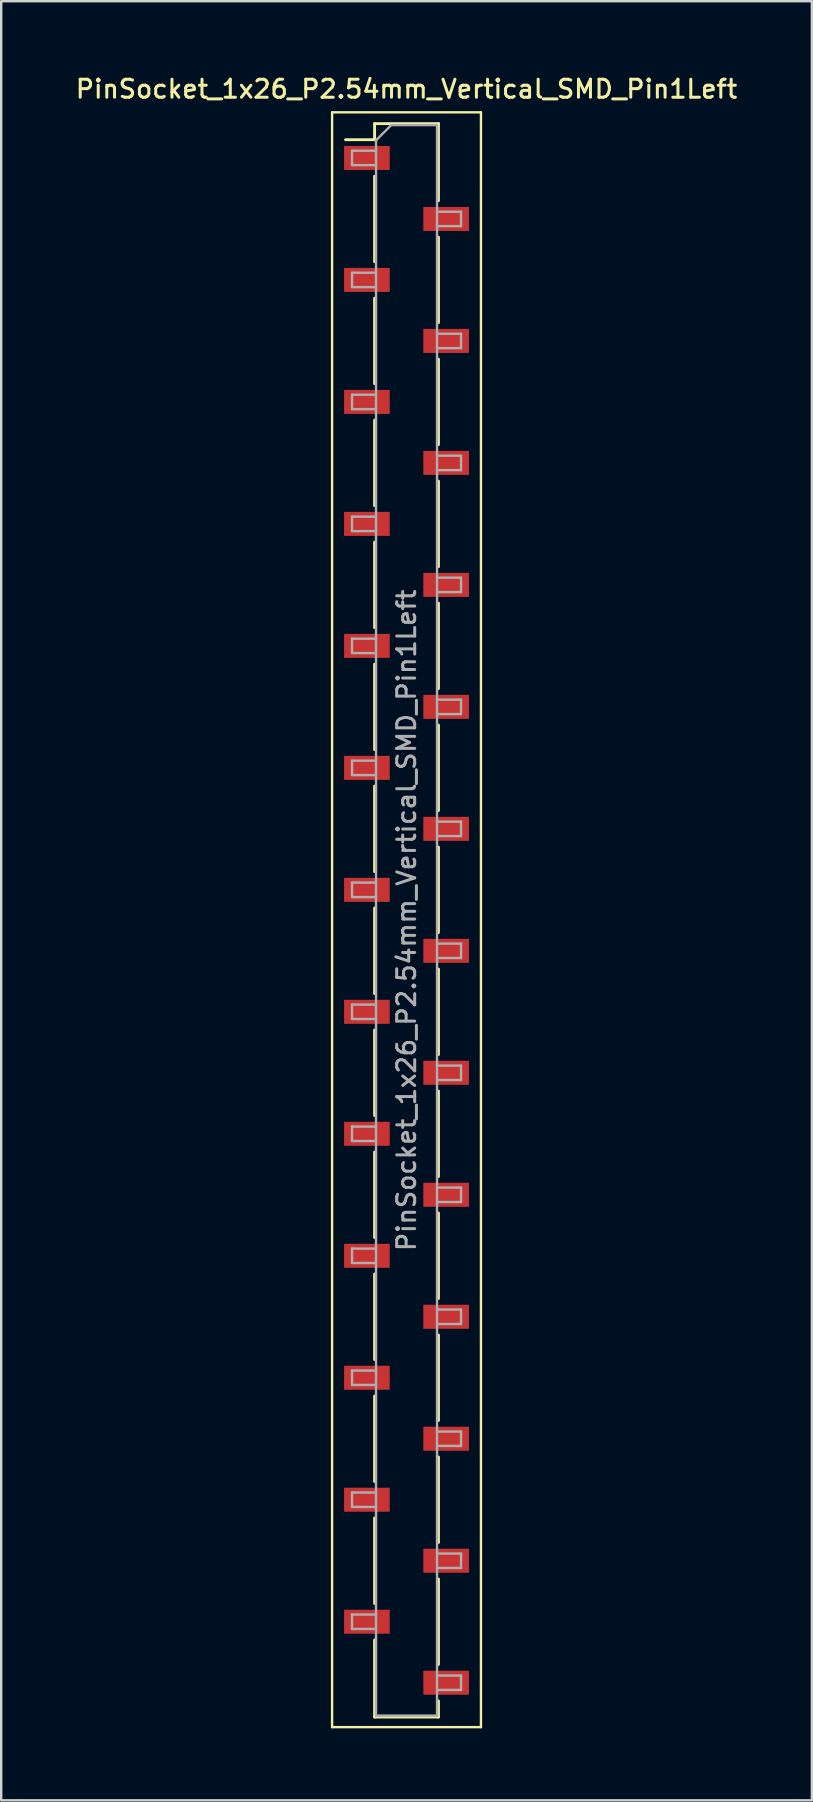
<source format=kicad_pcb>
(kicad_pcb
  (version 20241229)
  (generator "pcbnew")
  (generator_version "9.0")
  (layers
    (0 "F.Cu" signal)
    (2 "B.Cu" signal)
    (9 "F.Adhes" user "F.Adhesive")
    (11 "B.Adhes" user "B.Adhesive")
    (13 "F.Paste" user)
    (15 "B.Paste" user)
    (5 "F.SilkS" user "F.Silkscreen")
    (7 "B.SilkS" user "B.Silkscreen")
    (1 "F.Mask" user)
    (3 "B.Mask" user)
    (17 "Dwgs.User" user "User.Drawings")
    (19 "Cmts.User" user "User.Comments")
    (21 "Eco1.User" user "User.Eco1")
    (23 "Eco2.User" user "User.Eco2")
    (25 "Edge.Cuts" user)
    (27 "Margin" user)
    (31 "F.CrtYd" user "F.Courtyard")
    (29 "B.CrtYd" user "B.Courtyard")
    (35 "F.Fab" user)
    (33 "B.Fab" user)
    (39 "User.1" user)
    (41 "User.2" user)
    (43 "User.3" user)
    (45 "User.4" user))
  (footprint "PinSocket_1x26_P2.54mm_Vertical_SMD_Pin1Left"
    (layer "F.Cu")
    (at 13.88 35.278)
    (property "Reference" "PinSocket_1x26_P2.54mm_Vertical_SMD_Pin1Left" (at 0 -34.62 0) (layer "F.SilkS") (effects (font (size 0.75 0.75) (thickness 0.125))))
    (attr smd)
    (fp_line (start -3.1 -33.65) (end 3.1 -33.65) (stroke (width 0.1) (type solid)) (layer "F.SilkS"))
    (fp_line (start -3.1 33.6) (end -3.1 -33.65) (stroke (width 0.1) (type solid)) (layer "F.SilkS"))
    (fp_line (start -2.54 -32.51) (end -1.33 -32.51) (stroke (width 0.12) (type solid)) (layer "F.SilkS"))
    (fp_line (start -1.33 -33.18) (end -1.33 -32.51) (stroke (width 0.12) (type solid)) (layer "F.SilkS"))
    (fp_line (start -1.33 -33.18) (end 1.33 -33.18) (stroke (width 0.12) (type solid)) (layer "F.SilkS"))
    (fp_line (start -1.33 -30.99) (end -1.33 -27.43) (stroke (width 0.12) (type solid)) (layer "F.SilkS"))
    (fp_line (start -1.33 -25.91) (end -1.33 -22.35) (stroke (width 0.12) (type solid)) (layer "F.SilkS"))
    (fp_line (start -1.33 -20.83) (end -1.33 -17.27) (stroke (width 0.12) (type solid)) (layer "F.SilkS"))
    (fp_line (start -1.33 -15.75) (end -1.33 -12.19) (stroke (width 0.12) (type solid)) (layer "F.SilkS"))
    (fp_line (start -1.33 -10.67) (end -1.33 -7.11) (stroke (width 0.12) (type solid)) (layer "F.SilkS"))
    (fp_line (start -1.33 -5.59) (end -1.33 -2.03) (stroke (width 0.12) (type solid)) (layer "F.SilkS"))
    (fp_line (start -1.33 -0.51) (end -1.33 3.05) (stroke (width 0.12) (type solid)) (layer "F.SilkS"))
    (fp_line (start -1.33 4.57) (end -1.33 8.13) (stroke (width 0.12) (type solid)) (layer "F.SilkS"))
    (fp_line (start -1.33 9.65) (end -1.33 13.21) (stroke (width 0.12) (type solid)) (layer "F.SilkS"))
    (fp_line (start -1.33 14.73) (end -1.33 18.29) (stroke (width 0.12) (type solid)) (layer "F.SilkS"))
    (fp_line (start -1.33 19.81) (end -1.33 23.37) (stroke (width 0.12) (type solid)) (layer "F.SilkS"))
    (fp_line (start -1.33 24.89) (end -1.33 28.45) (stroke (width 0.12) (type solid)) (layer "F.SilkS"))
    (fp_line (start -1.33 29.97) (end -1.33 33.18) (stroke (width 0.12) (type solid)) (layer "F.SilkS"))
    (fp_line (start -1.33 33.18) (end 1.33 33.18) (stroke (width 0.12) (type solid)) (layer "F.SilkS"))
    (fp_line (start 1.33 -33.18) (end 1.33 -29.97) (stroke (width 0.12) (type solid)) (layer "F.SilkS"))
    (fp_line (start 1.33 -28.45) (end 1.33 -24.89) (stroke (width 0.12) (type solid)) (layer "F.SilkS"))
    (fp_line (start 1.33 -23.37) (end 1.33 -19.81) (stroke (width 0.12) (type solid)) (layer "F.SilkS"))
    (fp_line (start 1.33 -18.29) (end 1.33 -14.73) (stroke (width 0.12) (type solid)) (layer "F.SilkS"))
    (fp_line (start 1.33 -13.21) (end 1.33 -9.65) (stroke (width 0.12) (type solid)) (layer "F.SilkS"))
    (fp_line (start 1.33 -8.13) (end 1.33 -4.57) (stroke (width 0.12) (type solid)) (layer "F.SilkS"))
    (fp_line (start 1.33 -3.05) (end 1.33 0.51) (stroke (width 0.12) (type solid)) (layer "F.SilkS"))
    (fp_line (start 1.33 2.03) (end 1.33 5.59) (stroke (width 0.12) (type solid)) (layer "F.SilkS"))
    (fp_line (start 1.33 7.11) (end 1.33 10.67) (stroke (width 0.12) (type solid)) (layer "F.SilkS"))
    (fp_line (start 1.33 12.19) (end 1.33 15.75) (stroke (width 0.12) (type solid)) (layer "F.SilkS"))
    (fp_line (start 1.33 17.27) (end 1.33 20.83) (stroke (width 0.12) (type solid)) (layer "F.SilkS"))
    (fp_line (start 1.33 22.35) (end 1.33 25.91) (stroke (width 0.12) (type solid)) (layer "F.SilkS"))
    (fp_line (start 1.33 27.43) (end 1.33 30.99) (stroke (width 0.12) (type solid)) (layer "F.SilkS"))
    (fp_line (start 1.33 32.51) (end 1.33 33.18) (stroke (width 0.12) (type solid)) (layer "F.SilkS"))
    (fp_line (start 3.1 -33.65) (end 3.1 33.6) (stroke (width 0.1) (type solid)) (layer "F.SilkS"))
    (fp_line (start 3.1 33.6) (end -3.1 33.6) (stroke (width 0.1) (type solid)) (layer "F.SilkS"))
    (fp_line (start -2.27 -32.05) (end -1.27 -32.05) (stroke (width 0.1) (type solid)) (layer "F.Fab"))
    (fp_line (start -2.27 -31.45) (end -2.27 -32.05) (stroke (width 0.1) (type solid)) (layer "F.Fab"))
    (fp_line (start -2.27 -26.97) (end -1.27 -26.97) (stroke (width 0.1) (type solid)) (layer "F.Fab"))
    (fp_line (start -2.27 -26.37) (end -2.27 -26.97) (stroke (width 0.1) (type solid)) (layer "F.Fab"))
    (fp_line (start -2.27 -21.89) (end -1.27 -21.89) (stroke (width 0.1) (type solid)) (layer "F.Fab"))
    (fp_line (start -2.27 -21.29) (end -2.27 -21.89) (stroke (width 0.1) (type solid)) (layer "F.Fab"))
    (fp_line (start -2.27 -16.81) (end -1.27 -16.81) (stroke (width 0.1) (type solid)) (layer "F.Fab"))
    (fp_line (start -2.27 -16.21) (end -2.27 -16.81) (stroke (width 0.1) (type solid)) (layer "F.Fab"))
    (fp_line (start -2.27 -11.73) (end -1.27 -11.73) (stroke (width 0.1) (type solid)) (layer "F.Fab"))
    (fp_line (start -2.27 -11.13) (end -2.27 -11.73) (stroke (width 0.1) (type solid)) (layer "F.Fab"))
    (fp_line (start -2.27 -6.65) (end -1.27 -6.65) (stroke (width 0.1) (type solid)) (layer "F.Fab"))
    (fp_line (start -2.27 -6.05) (end -2.27 -6.65) (stroke (width 0.1) (type solid)) (layer "F.Fab"))
    (fp_line (start -2.27 -1.57) (end -1.27 -1.57) (stroke (width 0.1) (type solid)) (layer "F.Fab"))
    (fp_line (start -2.27 -0.97) (end -2.27 -1.57) (stroke (width 0.1) (type solid)) (layer "F.Fab"))
    (fp_line (start -2.27 3.51) (end -1.27 3.51) (stroke (width 0.1) (type solid)) (layer "F.Fab"))
    (fp_line (start -2.27 4.11) (end -2.27 3.51) (stroke (width 0.1) (type solid)) (layer "F.Fab"))
    (fp_line (start -2.27 8.59) (end -1.27 8.59) (stroke (width 0.1) (type solid)) (layer "F.Fab"))
    (fp_line (start -2.27 9.19) (end -2.27 8.59) (stroke (width 0.1) (type solid)) (layer "F.Fab"))
    (fp_line (start -2.27 13.67) (end -1.27 13.67) (stroke (width 0.1) (type solid)) (layer "F.Fab"))
    (fp_line (start -2.27 14.27) (end -2.27 13.67) (stroke (width 0.1) (type solid)) (layer "F.Fab"))
    (fp_line (start -2.27 18.75) (end -1.27 18.75) (stroke (width 0.1) (type solid)) (layer "F.Fab"))
    (fp_line (start -2.27 19.35) (end -2.27 18.75) (stroke (width 0.1) (type solid)) (layer "F.Fab"))
    (fp_line (start -2.27 23.83) (end -1.27 23.83) (stroke (width 0.1) (type solid)) (layer "F.Fab"))
    (fp_line (start -2.27 24.43) (end -2.27 23.83) (stroke (width 0.1) (type solid)) (layer "F.Fab"))
    (fp_line (start -2.27 28.91) (end -1.27 28.91) (stroke (width 0.1) (type solid)) (layer "F.Fab"))
    (fp_line (start -2.27 29.51) (end -2.27 28.91) (stroke (width 0.1) (type solid)) (layer "F.Fab"))
    (fp_line (start -1.27 -32.485) (end -0.635 -33.12) (stroke (width 0.1) (type solid)) (layer "F.Fab"))
    (fp_line (start -1.27 -31.45) (end -2.27 -31.45) (stroke (width 0.1) (type solid)) (layer "F.Fab"))
    (fp_line (start -1.27 -26.37) (end -2.27 -26.37) (stroke (width 0.1) (type solid)) (layer "F.Fab"))
    (fp_line (start -1.27 -21.29) (end -2.27 -21.29) (stroke (width 0.1) (type solid)) (layer "F.Fab"))
    (fp_line (start -1.27 -16.21) (end -2.27 -16.21) (stroke (width 0.1) (type solid)) (layer "F.Fab"))
    (fp_line (start -1.27 -11.13) (end -2.27 -11.13) (stroke (width 0.1) (type solid)) (layer "F.Fab"))
    (fp_line (start -1.27 -6.05) (end -2.27 -6.05) (stroke (width 0.1) (type solid)) (layer "F.Fab"))
    (fp_line (start -1.27 -0.97) (end -2.27 -0.97) (stroke (width 0.1) (type solid)) (layer "F.Fab"))
    (fp_line (start -1.27 4.11) (end -2.27 4.11) (stroke (width 0.1) (type solid)) (layer "F.Fab"))
    (fp_line (start -1.27 9.19) (end -2.27 9.19) (stroke (width 0.1) (type solid)) (layer "F.Fab"))
    (fp_line (start -1.27 14.27) (end -2.27 14.27) (stroke (width 0.1) (type solid)) (layer "F.Fab"))
    (fp_line (start -1.27 19.35) (end -2.27 19.35) (stroke (width 0.1) (type solid)) (layer "F.Fab"))
    (fp_line (start -1.27 24.43) (end -2.27 24.43) (stroke (width 0.1) (type solid)) (layer "F.Fab"))
    (fp_line (start -1.27 29.51) (end -2.27 29.51) (stroke (width 0.1) (type solid)) (layer "F.Fab"))
    (fp_line (start -1.27 33.12) (end -1.27 -32.485) (stroke (width 0.1) (type solid)) (layer "F.Fab"))
    (fp_line (start -0.635 -33.12) (end 1.27 -33.12) (stroke (width 0.1) (type solid)) (layer "F.Fab"))
    (fp_line (start 1.27 -33.12) (end 1.27 33.12) (stroke (width 0.1) (type solid)) (layer "F.Fab"))
    (fp_line (start 1.27 -29.51) (end 2.27 -29.51) (stroke (width 0.1) (type solid)) (layer "F.Fab"))
    (fp_line (start 1.27 -24.43) (end 2.27 -24.43) (stroke (width 0.1) (type solid)) (layer "F.Fab"))
    (fp_line (start 1.27 -19.35) (end 2.27 -19.35) (stroke (width 0.1) (type solid)) (layer "F.Fab"))
    (fp_line (start 1.27 -14.27) (end 2.27 -14.27) (stroke (width 0.1) (type solid)) (layer "F.Fab"))
    (fp_line (start 1.27 -9.19) (end 2.27 -9.19) (stroke (width 0.1) (type solid)) (layer "F.Fab"))
    (fp_line (start 1.27 -4.11) (end 2.27 -4.11) (stroke (width 0.1) (type solid)) (layer "F.Fab"))
    (fp_line (start 1.27 0.97) (end 2.27 0.97) (stroke (width 0.1) (type solid)) (layer "F.Fab"))
    (fp_line (start 1.27 6.05) (end 2.27 6.05) (stroke (width 0.1) (type solid)) (layer "F.Fab"))
    (fp_line (start 1.27 11.13) (end 2.27 11.13) (stroke (width 0.1) (type solid)) (layer "F.Fab"))
    (fp_line (start 1.27 16.21) (end 2.27 16.21) (stroke (width 0.1) (type solid)) (layer "F.Fab"))
    (fp_line (start 1.27 21.29) (end 2.27 21.29) (stroke (width 0.1) (type solid)) (layer "F.Fab"))
    (fp_line (start 1.27 26.37) (end 2.27 26.37) (stroke (width 0.1) (type solid)) (layer "F.Fab"))
    (fp_line (start 1.27 31.45) (end 2.27 31.45) (stroke (width 0.1) (type solid)) (layer "F.Fab"))
    (fp_line (start 1.27 33.12) (end -1.27 33.12) (stroke (width 0.1) (type solid)) (layer "F.Fab"))
    (fp_line (start 2.27 -29.51) (end 2.27 -28.91) (stroke (width 0.1) (type solid)) (layer "F.Fab"))
    (fp_line (start 2.27 -28.91) (end 1.27 -28.91) (stroke (width 0.1) (type solid)) (layer "F.Fab"))
    (fp_line (start 2.27 -24.43) (end 2.27 -23.83) (stroke (width 0.1) (type solid)) (layer "F.Fab"))
    (fp_line (start 2.27 -23.83) (end 1.27 -23.83) (stroke (width 0.1) (type solid)) (layer "F.Fab"))
    (fp_line (start 2.27 -19.35) (end 2.27 -18.75) (stroke (width 0.1) (type solid)) (layer "F.Fab"))
    (fp_line (start 2.27 -18.75) (end 1.27 -18.75) (stroke (width 0.1) (type solid)) (layer "F.Fab"))
    (fp_line (start 2.27 -14.27) (end 2.27 -13.67) (stroke (width 0.1) (type solid)) (layer "F.Fab"))
    (fp_line (start 2.27 -13.67) (end 1.27 -13.67) (stroke (width 0.1) (type solid)) (layer "F.Fab"))
    (fp_line (start 2.27 -9.19) (end 2.27 -8.59) (stroke (width 0.1) (type solid)) (layer "F.Fab"))
    (fp_line (start 2.27 -8.59) (end 1.27 -8.59) (stroke (width 0.1) (type solid)) (layer "F.Fab"))
    (fp_line (start 2.27 -4.11) (end 2.27 -3.51) (stroke (width 0.1) (type solid)) (layer "F.Fab"))
    (fp_line (start 2.27 -3.51) (end 1.27 -3.51) (stroke (width 0.1) (type solid)) (layer "F.Fab"))
    (fp_line (start 2.27 0.97) (end 2.27 1.57) (stroke (width 0.1) (type solid)) (layer "F.Fab"))
    (fp_line (start 2.27 1.57) (end 1.27 1.57) (stroke (width 0.1) (type solid)) (layer "F.Fab"))
    (fp_line (start 2.27 6.05) (end 2.27 6.65) (stroke (width 0.1) (type solid)) (layer "F.Fab"))
    (fp_line (start 2.27 6.65) (end 1.27 6.65) (stroke (width 0.1) (type solid)) (layer "F.Fab"))
    (fp_line (start 2.27 11.13) (end 2.27 11.73) (stroke (width 0.1) (type solid)) (layer "F.Fab"))
    (fp_line (start 2.27 11.73) (end 1.27 11.73) (stroke (width 0.1) (type solid)) (layer "F.Fab"))
    (fp_line (start 2.27 16.21) (end 2.27 16.81) (stroke (width 0.1) (type solid)) (layer "F.Fab"))
    (fp_line (start 2.27 16.81) (end 1.27 16.81) (stroke (width 0.1) (type solid)) (layer "F.Fab"))
    (fp_line (start 2.27 21.29) (end 2.27 21.89) (stroke (width 0.1) (type solid)) (layer "F.Fab"))
    (fp_line (start 2.27 21.89) (end 1.27 21.89) (stroke (width 0.1) (type solid)) (layer "F.Fab"))
    (fp_line (start 2.27 26.37) (end 2.27 26.97) (stroke (width 0.1) (type solid)) (layer "F.Fab"))
    (fp_line (start 2.27 26.97) (end 1.27 26.97) (stroke (width 0.1) (type solid)) (layer "F.Fab"))
    (fp_line (start 2.27 31.45) (end 2.27 32.05) (stroke (width 0.1) (type solid)) (layer "F.Fab"))
    (fp_line (start 2.27 32.05) (end 1.27 32.05) (stroke (width 0.1) (type solid)) (layer "F.Fab"))
    (fp_text user "${REFERENCE}" (at 0 0 90) (layer "F.Fab") (effects (font (size 0.75 0.75) (thickness 0.125))))
    (pad "1" smd rect (at -1.65 -31.75) (size 1.9 1) (layers "F.Cu" "F.Mask" "F.Paste"))
    (pad "2" smd rect (at 1.65 -29.21) (size 1.9 1) (layers "F.Cu" "F.Mask" "F.Paste"))
    (pad "3" smd rect (at -1.65 -26.67) (size 1.9 1) (layers "F.Cu" "F.Mask" "F.Paste"))
    (pad "4" smd rect (at 1.65 -24.13) (size 1.9 1) (layers "F.Cu" "F.Mask" "F.Paste"))
    (pad "5" smd rect (at -1.65 -21.59) (size 1.9 1) (layers "F.Cu" "F.Mask" "F.Paste"))
    (pad "6" smd rect (at 1.65 -19.05) (size 1.9 1) (layers "F.Cu" "F.Mask" "F.Paste"))
    (pad "7" smd rect (at -1.65 -16.51) (size 1.9 1) (layers "F.Cu" "F.Mask" "F.Paste"))
    (pad "8" smd rect (at 1.65 -13.97) (size 1.9 1) (layers "F.Cu" "F.Mask" "F.Paste"))
    (pad "9" smd rect (at -1.65 -11.43) (size 1.9 1) (layers "F.Cu" "F.Mask" "F.Paste"))
    (pad "10" smd rect (at 1.65 -8.89) (size 1.9 1) (layers "F.Cu" "F.Mask" "F.Paste"))
    (pad "11" smd rect (at -1.65 -6.35) (size 1.9 1) (layers "F.Cu" "F.Mask" "F.Paste"))
    (pad "12" smd rect (at 1.65 -3.81) (size 1.9 1) (layers "F.Cu" "F.Mask" "F.Paste"))
    (pad "13" smd rect (at -1.65 -1.27) (size 1.9 1) (layers "F.Cu" "F.Mask" "F.Paste"))
    (pad "14" smd rect (at 1.65 1.27) (size 1.9 1) (layers "F.Cu" "F.Mask" "F.Paste"))
    (pad "15" smd rect (at -1.65 3.81) (size 1.9 1) (layers "F.Cu" "F.Mask" "F.Paste"))
    (pad "16" smd rect (at 1.65 6.35) (size 1.9 1) (layers "F.Cu" "F.Mask" "F.Paste"))
    (pad "17" smd rect (at -1.65 8.89) (size 1.9 1) (layers "F.Cu" "F.Mask" "F.Paste"))
    (pad "18" smd rect (at 1.65 11.43) (size 1.9 1) (layers "F.Cu" "F.Mask" "F.Paste"))
    (pad "19" smd rect (at -1.65 13.97) (size 1.9 1) (layers "F.Cu" "F.Mask" "F.Paste"))
    (pad "20" smd rect (at 1.65 16.51) (size 1.9 1) (layers "F.Cu" "F.Mask" "F.Paste"))
    (pad "21" smd rect (at -1.65 19.05) (size 1.9 1) (layers "F.Cu" "F.Mask" "F.Paste"))
    (pad "22" smd rect (at 1.65 21.59) (size 1.9 1) (layers "F.Cu" "F.Mask" "F.Paste"))
    (pad "23" smd rect (at -1.65 24.13) (size 1.9 1) (layers "F.Cu" "F.Mask" "F.Paste"))
    (pad "24" smd rect (at 1.65 26.67) (size 1.9 1) (layers "F.Cu" "F.Mask" "F.Paste"))
    (pad "25" smd rect (at -1.65 29.21) (size 1.9 1) (layers "F.Cu" "F.Mask" "F.Paste"))
    (pad "26" smd rect (at 1.65 31.75) (size 1.9 1) (layers "F.Cu" "F.Mask" "F.Paste")))
  (gr_rect
    (start -3 -3)
    (end 30.761 71.928)
    (stroke (width 0.1) (type default))
    (fill no)
    (layer "Edge.Cuts")))
</source>
